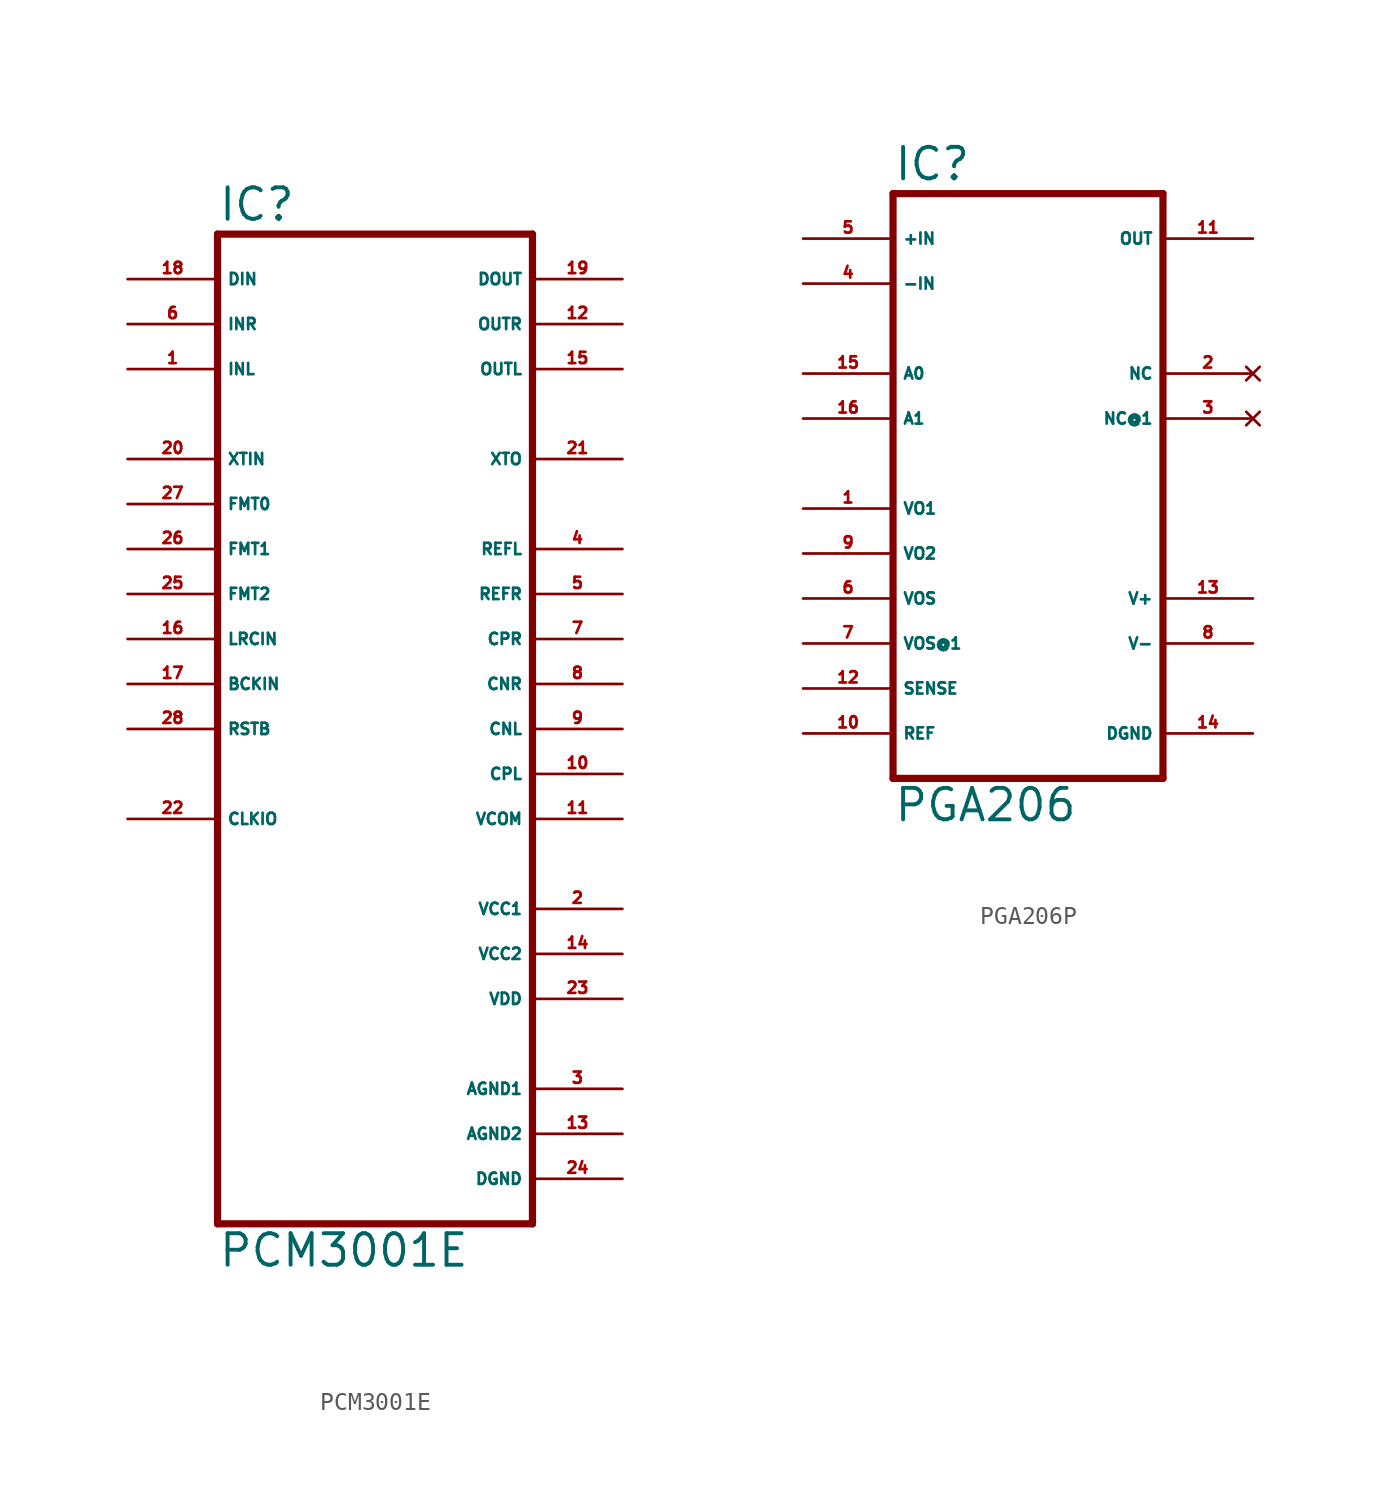
<source format=kicad_sym>
(kicad_symbol_lib
  (version 20220914)
  (generator Eagle2Kicad)
  (symbol "PCM3001E"
    (property "Reference" "IC"
      (at -10.16 28.575 0)
      (effects (font (size 1.778 1.778) (thickness 0.22)) (justify left bottom)))
    (property "Value" "PCM3001E"
      (at -10.16 -30.48 0)
      (effects (font (size 1.778 1.778) (thickness 0.22)) (justify left bottom)))
    (polyline
      (pts (xy 7.62 -27.94) (xy -10.16 -27.94))
      (stroke (width 0.406) (type default))
      (fill (type none)))
    (polyline
      (pts (xy -10.16 -27.94) (xy -10.16 27.94))
      (stroke (width 0.406) (type default))
      (fill (type none)))
    (polyline
      (pts (xy -10.16 27.94) (xy 7.62 27.94))
      (stroke (width 0.406) (type default))
      (fill (type none)))
    (polyline
      (pts (xy 7.62 27.94) (xy 7.62 -27.94))
      (stroke (width 0.406) (type default))
      (fill (type none)))
    (pin input line
      (at -15.24 25.4 0)
      (length 5.08)
      (name "DIN" (effects (font (size 0.635 0.635) (thickness 0.08)) (justify left bottom)))
      (number "18" (effects (font (size 0.635 0.635) (thickness 0.08)) (justify left bottom))))
    (pin input line
      (at -15.24 20.32 0)
      (length 5.08)
      (name "INL" (effects (font (size 0.635 0.635) (thickness 0.08)) (justify left bottom)))
      (number "1" (effects (font (size 0.635 0.635) (thickness 0.08)) (justify left bottom))))
    (pin input line
      (at -15.24 5.08 0)
      (length 5.08)
      (name "LRCIN" (effects (font (size 0.635 0.635) (thickness 0.08)) (justify left bottom)))
      (number "16" (effects (font (size 0.635 0.635) (thickness 0.08)) (justify left bottom))))
    (pin input line
      (at -15.24 2.54 0)
      (length 5.08)
      (name "BCKIN" (effects (font (size 0.635 0.635) (thickness 0.08)) (justify left bottom)))
      (number "17" (effects (font (size 0.635 0.635) (thickness 0.08)) (justify left bottom))))
    (pin input line
      (at -15.24 22.86 0)
      (length 5.08)
      (name "INR" (effects (font (size 0.635 0.635) (thickness 0.08)) (justify left bottom)))
      (number "6" (effects (font (size 0.635 0.635) (thickness 0.08)) (justify left bottom))))
    (pin input line
      (at -15.24 15.24 0)
      (length 5.08)
      (name "XTIN" (effects (font (size 0.635 0.635) (thickness 0.08)) (justify left bottom)))
      (number "20" (effects (font (size 0.635 0.635) (thickness 0.08)) (justify left bottom))))
    (pin input line
      (at -15.24 7.62 0)
      (length 5.08)
      (name "FMT2" (effects (font (size 0.635 0.635) (thickness 0.08)) (justify left bottom)))
      (number "25" (effects (font (size 0.635 0.635) (thickness 0.08)) (justify left bottom))))
    (pin input line
      (at -15.24 10.16 0)
      (length 5.08)
      (name "FMT1" (effects (font (size 0.635 0.635) (thickness 0.08)) (justify left bottom)))
      (number "26" (effects (font (size 0.635 0.635) (thickness 0.08)) (justify left bottom))))
    (pin input line
      (at -15.24 12.7 0)
      (length 5.08)
      (name "FMT0" (effects (font (size 0.635 0.635) (thickness 0.08)) (justify left bottom)))
      (number "27" (effects (font (size 0.635 0.635) (thickness 0.08)) (justify left bottom))))
    (pin input line
      (at -15.24 0 0)
      (length 5.08)
      (name "RSTB" (effects (font (size 0.635 0.635) (thickness 0.08)) (justify left bottom)))
      (number "28" (effects (font (size 0.635 0.635) (thickness 0.08)) (justify left bottom))))
    (pin output line
      (at 12.7 22.86 180)
      (length 5.08)
      (name "OUTR" (effects (font (size 0.635 0.635) (thickness 0.08)) (justify left bottom)))
      (number "12" (effects (font (size 0.635 0.635) (thickness 0.08)) (justify left bottom))))
    (pin output line
      (at 12.7 20.32 180)
      (length 5.08)
      (name "OUTL" (effects (font (size 0.635 0.635) (thickness 0.08)) (justify left bottom)))
      (number "15" (effects (font (size 0.635 0.635) (thickness 0.08)) (justify left bottom))))
    (pin output line
      (at 12.7 25.4 180)
      (length 5.08)
      (name "DOUT" (effects (font (size 0.635 0.635) (thickness 0.08)) (justify left bottom)))
      (number "19" (effects (font (size 0.635 0.635) (thickness 0.08)) (justify left bottom))))
    (pin output line
      (at 12.7 15.24 180)
      (length 5.08)
      (name "XTO" (effects (font (size 0.635 0.635) (thickness 0.08)) (justify left bottom)))
      (number "21" (effects (font (size 0.635 0.635) (thickness 0.08)) (justify left bottom))))
    (pin bidirectional line
      (at -15.24 -5.08 0)
      (length 5.08)
      (name "CLKIO" (effects (font (size 0.635 0.635) (thickness 0.08)) (justify left bottom)))
      (number "22" (effects (font (size 0.635 0.635) (thickness 0.08)) (justify left bottom))))
    (pin passive line
      (at 12.7 10.16 180)
      (length 5.08)
      (name "REFL" (effects (font (size 0.635 0.635) (thickness 0.08)) (justify left bottom)))
      (number "4" (effects (font (size 0.635 0.635) (thickness 0.08)) (justify left bottom))))
    (pin passive line
      (at 12.7 7.62 180)
      (length 5.08)
      (name "REFR" (effects (font (size 0.635 0.635) (thickness 0.08)) (justify left bottom)))
      (number "5" (effects (font (size 0.635 0.635) (thickness 0.08)) (justify left bottom))))
    (pin passive line
      (at 12.7 5.08 180)
      (length 5.08)
      (name "CPR" (effects (font (size 0.635 0.635) (thickness 0.08)) (justify left bottom)))
      (number "7" (effects (font (size 0.635 0.635) (thickness 0.08)) (justify left bottom))))
    (pin passive line
      (at 12.7 2.54 180)
      (length 5.08)
      (name "CNR" (effects (font (size 0.635 0.635) (thickness 0.08)) (justify left bottom)))
      (number "8" (effects (font (size 0.635 0.635) (thickness 0.08)) (justify left bottom))))
    (pin passive line
      (at 12.7 0 180)
      (length 5.08)
      (name "CNL" (effects (font (size 0.635 0.635) (thickness 0.08)) (justify left bottom)))
      (number "9" (effects (font (size 0.635 0.635) (thickness 0.08)) (justify left bottom))))
    (pin passive line
      (at 12.7 -2.54 180)
      (length 5.08)
      (name "CPL" (effects (font (size 0.635 0.635) (thickness 0.08)) (justify left bottom)))
      (number "10" (effects (font (size 0.635 0.635) (thickness 0.08)) (justify left bottom))))
    (pin passive line
      (at 12.7 -5.08 180)
      (length 5.08)
      (name "VCOM" (effects (font (size 0.635 0.635) (thickness 0.08)) (justify left bottom)))
      (number "11" (effects (font (size 0.635 0.635) (thickness 0.08)) (justify left bottom))))
    (pin unspecified line
      (at 12.7 -10.16 180)
      (length 5.08)
      (name "VCC1" (effects (font (size 0.635 0.635) (thickness 0.08)) (justify left bottom)))
      (number "2" (effects (font (size 0.635 0.635) (thickness 0.08)) (justify left bottom))))
    (pin unspecified line
      (at 12.7 -15.24 180)
      (length 5.08)
      (name "VDD" (effects (font (size 0.635 0.635) (thickness 0.08)) (justify left bottom)))
      (number "23" (effects (font (size 0.635 0.635) (thickness 0.08)) (justify left bottom))))
    (pin unspecified line
      (at 12.7 -20.32 180)
      (length 5.08)
      (name "AGND1" (effects (font (size 0.635 0.635) (thickness 0.08)) (justify left bottom)))
      (number "3" (effects (font (size 0.635 0.635) (thickness 0.08)) (justify left bottom))))
    (pin unspecified line
      (at 12.7 -22.86 180)
      (length 5.08)
      (name "AGND2" (effects (font (size 0.635 0.635) (thickness 0.08)) (justify left bottom)))
      (number "13" (effects (font (size 0.635 0.635) (thickness 0.08)) (justify left bottom))))
    (pin unspecified line
      (at 12.7 -25.4 180)
      (length 5.08)
      (name "DGND" (effects (font (size 0.635 0.635) (thickness 0.08)) (justify left bottom)))
      (number "24" (effects (font (size 0.635 0.635) (thickness 0.08)) (justify left bottom))))
    (pin unspecified line
      (at 12.7 -12.7 180)
      (length 5.08)
      (name "VCC2" (effects (font (size 0.635 0.635) (thickness 0.08)) (justify left bottom)))
      (number "14" (effects (font (size 0.635 0.635) (thickness 0.08)) (justify left bottom)))))
  (symbol "PGA206P"
    (property "Reference" "IC"
      (at -7.62 18.415 0)
      (effects (font (size 1.778 1.778) (thickness 0.22)) (justify left bottom)))
    (property "Value" "PGA206"
      (at -7.62 -17.78 0)
      (effects (font (size 1.778 1.778) (thickness 0.22)) (justify left bottom)))
    (polyline
      (pts (xy -7.62 -15.24) (xy 7.62 -15.24))
      (stroke (width 0.406) (type default))
      (fill (type none)))
    (polyline
      (pts (xy 7.62 -15.24) (xy 7.62 17.78))
      (stroke (width 0.406) (type default))
      (fill (type none)))
    (polyline
      (pts (xy 7.62 17.78) (xy -7.62 17.78))
      (stroke (width 0.406) (type default))
      (fill (type none)))
    (polyline
      (pts (xy -7.62 17.78) (xy -7.62 -15.24))
      (stroke (width 0.406) (type default))
      (fill (type none)))
    (pin input line
      (at -12.7 15.24 0)
      (length 5.08)
      (name "+IN" (effects (font (size 0.635 0.635) (thickness 0.08)) (justify left bottom)))
      (number "5" (effects (font (size 0.635 0.635) (thickness 0.08)) (justify left bottom))))
    (pin input line
      (at -12.7 12.7 0)
      (length 5.08)
      (name "-IN" (effects (font (size 0.635 0.635) (thickness 0.08)) (justify left bottom)))
      (number "4" (effects (font (size 0.635 0.635) (thickness 0.08)) (justify left bottom))))
    (pin input line
      (at -12.7 7.62 0)
      (length 5.08)
      (name "A0" (effects (font (size 0.635 0.635) (thickness 0.08)) (justify left bottom)))
      (number "15" (effects (font (size 0.635 0.635) (thickness 0.08)) (justify left bottom))))
    (pin input line
      (at -12.7 5.08 0)
      (length 5.08)
      (name "A1" (effects (font (size 0.635 0.635) (thickness 0.08)) (justify left bottom)))
      (number "16" (effects (font (size 0.635 0.635) (thickness 0.08)) (justify left bottom))))
    (pin output line
      (at 12.7 15.24 180)
      (length 5.08)
      (name "OUT" (effects (font (size 0.635 0.635) (thickness 0.08)) (justify left bottom)))
      (number "11" (effects (font (size 0.635 0.635) (thickness 0.08)) (justify left bottom))))
    (pin unspecified line
      (at 12.7 -5.08 180)
      (length 5.08)
      (name "V+" (effects (font (size 0.635 0.635) (thickness 0.08)) (justify left bottom)))
      (number "13" (effects (font (size 0.635 0.635) (thickness 0.08)) (justify left bottom))))
    (pin unspecified line
      (at 12.7 -7.62 180)
      (length 5.08)
      (name "V-" (effects (font (size 0.635 0.635) (thickness 0.08)) (justify left bottom)))
      (number "8" (effects (font (size 0.635 0.635) (thickness 0.08)) (justify left bottom))))
    (pin unspecified line
      (at 12.7 -12.7 180)
      (length 5.08)
      (name "DGND" (effects (font (size 0.635 0.635) (thickness 0.08)) (justify left bottom)))
      (number "14" (effects (font (size 0.635 0.635) (thickness 0.08)) (justify left bottom))))
    (pin no_connect line
      (at 12.7 7.62 180)
      (length 5.08)
      (name "NC" (effects (font (size 0.635 0.635) (thickness 0.08)) (justify left bottom) hide))
      (number "2" (effects (font (size 0.635 0.635) (thickness 0.08)) (justify left bottom) hide)))
    (pin no_connect line
      (at 12.7 5.08 180)
      (length 5.08)
      (name "NC@1" (effects (font (size 0.635 0.635) (thickness 0.08)) (justify left bottom) hide))
      (number "3" (effects (font (size 0.635 0.635) (thickness 0.08)) (justify left bottom) hide)))
    (pin passive line
      (at -12.7 0 0)
      (length 5.08)
      (name "VO1" (effects (font (size 0.635 0.635) (thickness 0.08)) (justify left bottom)))
      (number "1" (effects (font (size 0.635 0.635) (thickness 0.08)) (justify left bottom))))
    (pin passive line
      (at -12.7 -2.54 0)
      (length 5.08)
      (name "VO2" (effects (font (size 0.635 0.635) (thickness 0.08)) (justify left bottom)))
      (number "9" (effects (font (size 0.635 0.635) (thickness 0.08)) (justify left bottom))))
    (pin passive line
      (at -12.7 -5.08 0)
      (length 5.08)
      (name "VOS" (effects (font (size 0.635 0.635) (thickness 0.08)) (justify left bottom)))
      (number "6" (effects (font (size 0.635 0.635) (thickness 0.08)) (justify left bottom))))
    (pin passive line
      (at -12.7 -7.62 0)
      (length 5.08)
      (name "VOS@1" (effects (font (size 0.635 0.635) (thickness 0.08)) (justify left bottom)))
      (number "7" (effects (font (size 0.635 0.635) (thickness 0.08)) (justify left bottom))))
    (pin passive line
      (at -12.7 -10.16 0)
      (length 5.08)
      (name "SENSE" (effects (font (size 0.635 0.635) (thickness 0.08)) (justify left bottom)))
      (number "12" (effects (font (size 0.635 0.635) (thickness 0.08)) (justify left bottom))))
    (pin passive line
      (at -12.7 -12.7 0)
      (length 5.08)
      (name "REF" (effects (font (size 0.635 0.635) (thickness 0.08)) (justify left bottom)))
      (number "10" (effects (font (size 0.635 0.635) (thickness 0.08)) (justify left bottom))))))
</source>
